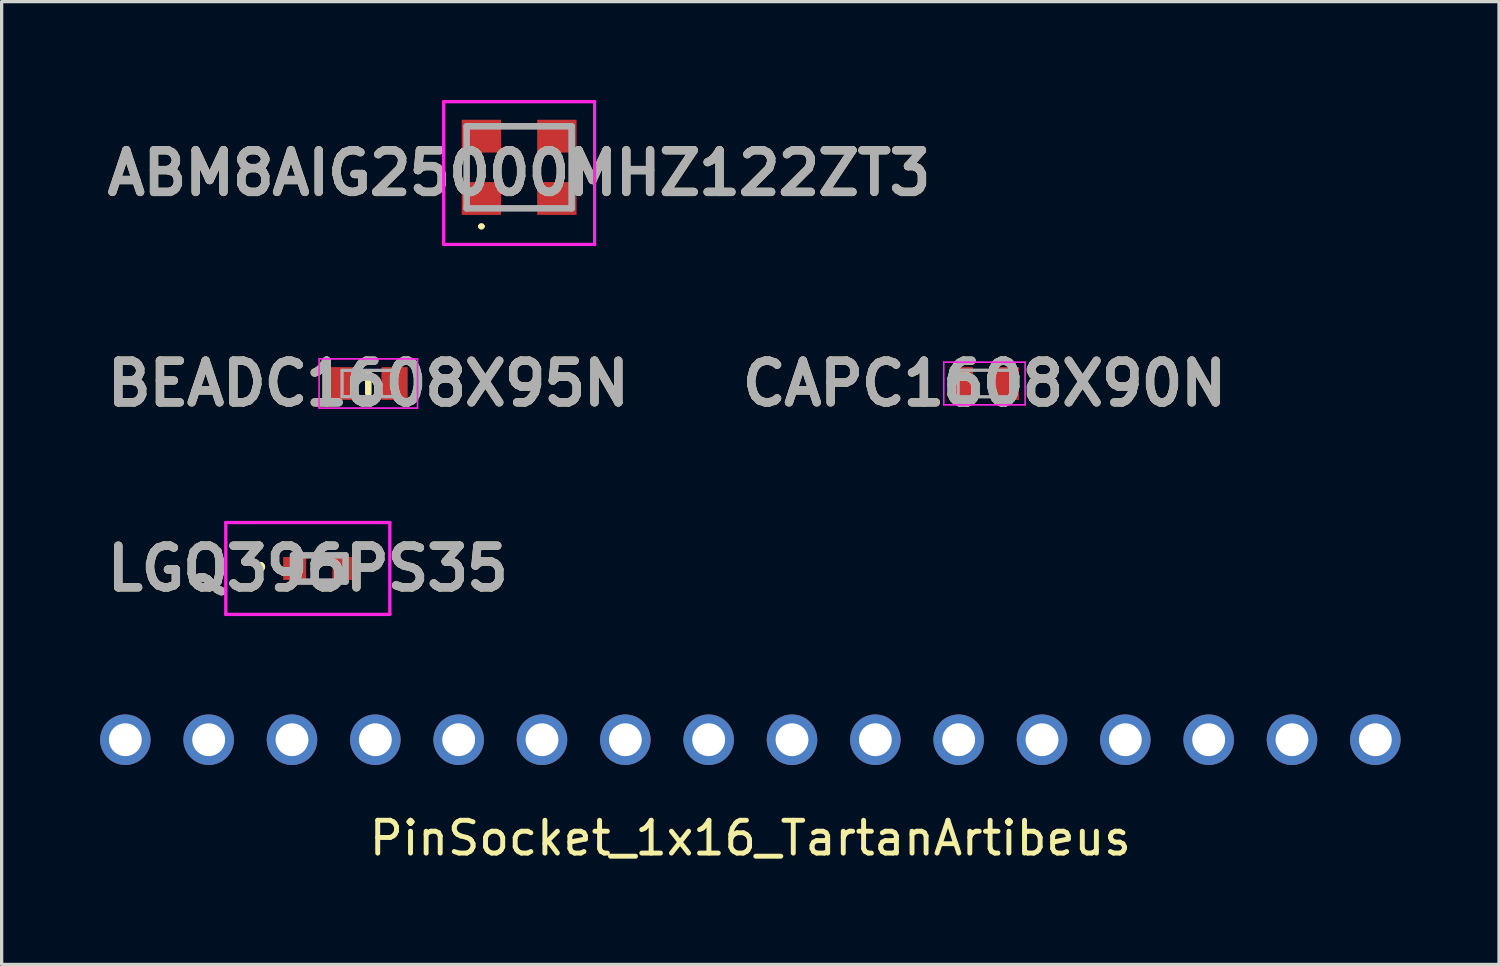
<source format=kicad_pcb>
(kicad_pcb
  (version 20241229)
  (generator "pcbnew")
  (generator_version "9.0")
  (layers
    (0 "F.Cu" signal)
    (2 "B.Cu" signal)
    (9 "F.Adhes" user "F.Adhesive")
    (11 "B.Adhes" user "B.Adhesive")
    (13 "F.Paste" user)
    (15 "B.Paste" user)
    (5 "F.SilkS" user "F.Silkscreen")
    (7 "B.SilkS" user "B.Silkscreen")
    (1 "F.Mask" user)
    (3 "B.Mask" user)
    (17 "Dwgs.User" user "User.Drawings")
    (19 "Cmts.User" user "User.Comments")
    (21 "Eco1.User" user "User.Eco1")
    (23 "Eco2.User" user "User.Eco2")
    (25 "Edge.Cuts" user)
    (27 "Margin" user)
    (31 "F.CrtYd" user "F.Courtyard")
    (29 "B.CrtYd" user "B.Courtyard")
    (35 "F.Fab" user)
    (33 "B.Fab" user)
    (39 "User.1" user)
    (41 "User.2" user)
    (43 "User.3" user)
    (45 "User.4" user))
  (footprint "CAPC1608X90N"
    (layer "F.Cu")
    (at 26.955 8.639)
    (property "Reference" "CAPC1608X90N" (at 0 0 0) (layer "F.SilkS") (effects (font (size 1.27 1.27) (thickness 0.254))))
    (attr smd)
    (fp_line (start -1.24 -0.65) (end 1.24 -0.65) (stroke (width 0.05) (type solid)) (layer "F.CrtYd"))
    (fp_line (start -1.24 0.65) (end -1.24 -0.65) (stroke (width 0.05) (type solid)) (layer "F.CrtYd"))
    (fp_line (start 1.24 -0.65) (end 1.24 0.65) (stroke (width 0.05) (type solid)) (layer "F.CrtYd"))
    (fp_line (start 1.24 0.65) (end -1.24 0.65) (stroke (width 0.05) (type solid)) (layer "F.CrtYd"))
    (fp_line (start -0.8 -0.405) (end 0.8 -0.405) (stroke (width 0.1) (type solid)) (layer "F.Fab"))
    (fp_line (start -0.8 0.405) (end -0.8 -0.405) (stroke (width 0.1) (type solid)) (layer "F.Fab"))
    (fp_line (start 0.8 -0.405) (end 0.8 0.405) (stroke (width 0.1) (type solid)) (layer "F.Fab"))
    (fp_line (start 0.8 0.405) (end -0.8 0.405) (stroke (width 0.1) (type solid)) (layer "F.Fab"))
    (fp_text user "${REFERENCE}" (at 0 0 0) (layer "F.Fab") (effects (font (size 1.27 1.27) (thickness 0.254))))
    (pad "1" smd rect (at -0.7 0) (size 0.7 1) (layers "F.Cu" "F.Mask" "F.Paste"))
    (pad "2" smd rect (at 0.7 0) (size 0.7 1) (layers "F.Cu" "F.Mask" "F.Paste")))
  (footprint "ABM8AIG25000MHZ122ZT3"
    (layer "F.Cu")
    (at 12.773 2.05)
    (property "Reference" "ABM8AIG25000MHZ122ZT3" (at 0 0.175 0) (layer "F.SilkS") (effects (font (size 1.27 1.27) (thickness 0.254))))
    (attr smd)
    (fp_line (start -1.6 -0.2) (end -1.6 0.2) (stroke (width 0.1) (type solid)) (layer "F.SilkS"))
    (fp_line (start -1.2 1.8) (end -1.2 1.8) (stroke (width 0.1) (type solid)) (layer "F.SilkS"))
    (fp_line (start -1.1 1.8) (end -1.1 1.8) (stroke (width 0.1) (type solid)) (layer "F.SilkS"))
    (fp_line (start -0.3 -1.25) (end 0.3 -1.25) (stroke (width 0.1) (type solid)) (layer "F.SilkS"))
    (fp_line (start -0.3 1.25) (end 0.3 1.25) (stroke (width 0.1) (type solid)) (layer "F.SilkS"))
    (fp_line (start 1.6 -0.2) (end 1.6 0.2) (stroke (width 0.1) (type solid)) (layer "F.SilkS"))
    (fp_arc (start -1.2 1.8) (mid -1.15 1.75) (end -1.1 1.8) (stroke (width 0.1) (type solid)) (layer "F.SilkS"))
    (fp_arc (start -1.1 1.8) (mid -1.15 1.85) (end -1.2 1.8) (stroke (width 0.1) (type solid)) (layer "F.SilkS"))
    (fp_line (start -2.3 -2) (end 2.3 -2) (stroke (width 0.1) (type solid)) (layer "F.CrtYd"))
    (fp_line (start -2.3 2.35) (end -2.3 -2) (stroke (width 0.1) (type solid)) (layer "F.CrtYd"))
    (fp_line (start 2.3 -2) (end 2.3 2.35) (stroke (width 0.1) (type solid)) (layer "F.CrtYd"))
    (fp_line (start 2.3 2.35) (end -2.3 2.35) (stroke (width 0.1) (type solid)) (layer "F.CrtYd"))
    (fp_line (start -1.6 -1.25) (end 1.6 -1.25) (stroke (width 0.2) (type solid)) (layer "F.Fab"))
    (fp_line (start -1.6 1.25) (end -1.6 -1.25) (stroke (width 0.2) (type solid)) (layer "F.Fab"))
    (fp_line (start 1.6 -1.25) (end 1.6 1.25) (stroke (width 0.2) (type solid)) (layer "F.Fab"))
    (fp_line (start 1.6 1.25) (end -1.6 1.25) (stroke (width 0.2) (type solid)) (layer "F.Fab"))
    (fp_text user "${REFERENCE}" (at 0 0.175 0) (layer "F.Fab") (effects (font (size 1.27 1.27) (thickness 0.254))))
    (pad "1" smd rect (at -1.15 0.95 90) (size 1 1.2) (layers "F.Cu" "F.Mask" "F.Paste"))
    (pad "2" smd rect (at 1.15 0.95 90) (size 1 1.2) (layers "F.Cu" "F.Mask" "F.Paste"))
    (pad "3" smd rect (at 1.15 -0.95 90) (size 1 1.2) (layers "F.Cu" "F.Mask" "F.Paste"))
    (pad "4" smd rect (at -1.15 -0.95 90) (size 1 1.2) (layers "F.Cu" "F.Mask" "F.Paste")))
  (footprint "PinSocket_1x16_TartanArtibeus"
    (layer "F.Cu")
    (at 19.82 19.497)
    (property "Reference" "PinSocket_1x16_TartanArtibeus" (at 0 3 0) (layer "F.SilkS") (effects (font (size 1 1) (thickness 0.15))))
    (attr through_hole)
    (pad "1" thru_hole circle (at -19.05 0) (size 1.54 1.54) (drill 1) (layers "*.Cu" "*.Mask"))
    (pad "2" thru_hole circle (at -16.51 0) (size 1.54 1.54) (drill 1) (layers "*.Cu" "*.Mask"))
    (pad "3" thru_hole circle (at -13.97 0) (size 1.54 1.54) (drill 1) (layers "*.Cu" "*.Mask"))
    (pad "4" thru_hole circle (at -11.43 0) (size 1.54 1.54) (drill 1) (layers "*.Cu" "*.Mask"))
    (pad "5" thru_hole circle (at -8.89 0) (size 1.54 1.54) (drill 1) (layers "*.Cu" "*.Mask"))
    (pad "6" thru_hole circle (at -6.35 0) (size 1.54 1.54) (drill 1) (layers "*.Cu" "*.Mask"))
    (pad "7" thru_hole circle (at -3.81 0) (size 1.54 1.54) (drill 1) (layers "*.Cu" "*.Mask"))
    (pad "8" thru_hole circle (at -1.27 0) (size 1.54 1.54) (drill 1) (layers "*.Cu" "*.Mask"))
    (pad "9" thru_hole circle (at 1.27 0) (size 1.54 1.54) (drill 1) (layers "*.Cu" "*.Mask"))
    (pad "10" thru_hole circle (at 3.81 0) (size 1.54 1.54) (drill 1) (layers "*.Cu" "*.Mask"))
    (pad "11" thru_hole circle (at 6.35 0) (size 1.54 1.54) (drill 1) (layers "*.Cu" "*.Mask"))
    (pad "12" thru_hole circle (at 8.89 0) (size 1.54 1.54) (drill 1) (layers "*.Cu" "*.Mask"))
    (pad "13" thru_hole circle (at 11.43 0) (size 1.54 1.54) (drill 1) (layers "*.Cu" "*.Mask"))
    (pad "14" thru_hole circle (at 13.97 0) (size 1.54 1.54) (drill 1) (layers "*.Cu" "*.Mask"))
    (pad "15" thru_hole circle (at 16.51 0) (size 1.54 1.54) (drill 1) (layers "*.Cu" "*.Mask"))
    (pad "16" thru_hole circle (at 19.05 0) (size 1.54 1.54) (drill 1) (layers "*.Cu" "*.Mask")))
  (footprint "LGQ396PS35"
    (layer "F.Cu")
    (at 6.682 14.277)
    (property "Reference" "LGQ396PS35" (at -0.35 0 0) (layer "F.SilkS") (effects (font (size 1.27 1.27) (thickness 0.254))))
    (attr smd)
    (fp_line (start -1.8 -0.1) (end -1.8 -0.1) (stroke (width 0.2) (type solid)) (layer "F.SilkS"))
    (fp_line (start -1.8 0) (end -1.8 0) (stroke (width 0.2) (type solid)) (layer "F.SilkS"))
    (fp_line (start -1.8 0) (end -1.8 0) (stroke (width 0.2) (type solid)) (layer "F.SilkS"))
    (fp_arc (start -1.8 -0.1) (mid -1.75 -0.05) (end -1.8 0) (stroke (width 0.2) (type solid)) (layer "F.SilkS"))
    (fp_arc (start -1.8 -0.1) (mid -1.75 -0.05) (end -1.8 0) (stroke (width 0.2) (type solid)) (layer "F.SilkS"))
    (fp_arc (start -1.8 0) (mid -1.85 -0.05) (end -1.8 -0.1) (stroke (width 0.2) (type solid)) (layer "F.SilkS"))
    (fp_line (start -2.85 -1.4) (end 2.15 -1.4) (stroke (width 0.1) (type solid)) (layer "F.CrtYd"))
    (fp_line (start -2.85 1.4) (end -2.85 -1.4) (stroke (width 0.1) (type solid)) (layer "F.CrtYd"))
    (fp_line (start 2.15 -1.4) (end 2.15 1.4) (stroke (width 0.1) (type solid)) (layer "F.CrtYd"))
    (fp_line (start 2.15 1.4) (end -2.85 1.4) (stroke (width 0.1) (type solid)) (layer "F.CrtYd"))
    (fp_line (start -0.8 -0.4) (end -0.8 0.4) (stroke (width 0.2) (type solid)) (layer "F.Fab"))
    (fp_line (start -0.8 0.4) (end 0.8 0.4) (stroke (width 0.2) (type solid)) (layer "F.Fab"))
    (fp_line (start 0.8 -0.4) (end -0.8 -0.4) (stroke (width 0.2) (type solid)) (layer "F.Fab"))
    (fp_line (start 0.8 0.4) (end 0.8 -0.4) (stroke (width 0.2) (type solid)) (layer "F.Fab"))
    (fp_text user "${REFERENCE}" (at -0.35 0 0) (layer "F.Fab") (effects (font (size 1.27 1.27) (thickness 0.254))))
    (pad "1" smd rect (at -0.75 0 90) (size 0.7 0.7) (layers "F.Cu" "F.Mask" "F.Paste"))
    (pad "2" smd rect (at 0.75 0 90) (size 0.7 0.7) (layers "F.Cu" "F.Mask" "F.Paste")))
  (footprint "BEADC1608X95N"
    (layer "F.Cu")
    (at 8.176 8.639)
    (property "Reference" "BEADC1608X95N" (at 0 0 0) (layer "F.SilkS") (effects (font (size 1.27 1.27) (thickness 0.254))))
    (attr smd)
    (fp_line (start 0 -0.3) (end 0 0.3) (stroke (width 0.2) (type solid)) (layer "F.SilkS"))
    (fp_line (start -1.5 -0.75) (end 1.5 -0.75) (stroke (width 0.05) (type solid)) (layer "F.CrtYd"))
    (fp_line (start -1.5 0.75) (end -1.5 -0.75) (stroke (width 0.05) (type solid)) (layer "F.CrtYd"))
    (fp_line (start 1.5 -0.75) (end 1.5 0.75) (stroke (width 0.05) (type solid)) (layer "F.CrtYd"))
    (fp_line (start 1.5 0.75) (end -1.5 0.75) (stroke (width 0.05) (type solid)) (layer "F.CrtYd"))
    (fp_line (start -0.8 -0.4) (end 0.8 -0.4) (stroke (width 0.1) (type solid)) (layer "F.Fab"))
    (fp_line (start -0.8 0.4) (end -0.8 -0.4) (stroke (width 0.1) (type solid)) (layer "F.Fab"))
    (fp_line (start 0.8 -0.4) (end 0.8 0.4) (stroke (width 0.1) (type solid)) (layer "F.Fab"))
    (fp_line (start 0.8 0.4) (end -0.8 0.4) (stroke (width 0.1) (type solid)) (layer "F.Fab"))
    (fp_text user "${REFERENCE}" (at 0 0 0) (layer "F.Fab") (effects (font (size 1.27 1.27) (thickness 0.254))))
    (pad "1" smd rect (at -0.8 0) (size 0.8 1) (layers "F.Cu" "F.Mask" "F.Paste"))
    (pad "2" smd rect (at 0.8 0) (size 0.8 1) (layers "F.Cu" "F.Mask" "F.Paste")))
  (gr_rect
    (start -3 -3)
    (end 42.64 26.346)
    (stroke (width 0.1) (type default))
    (fill no)
    (layer "Edge.Cuts")))
</source>
